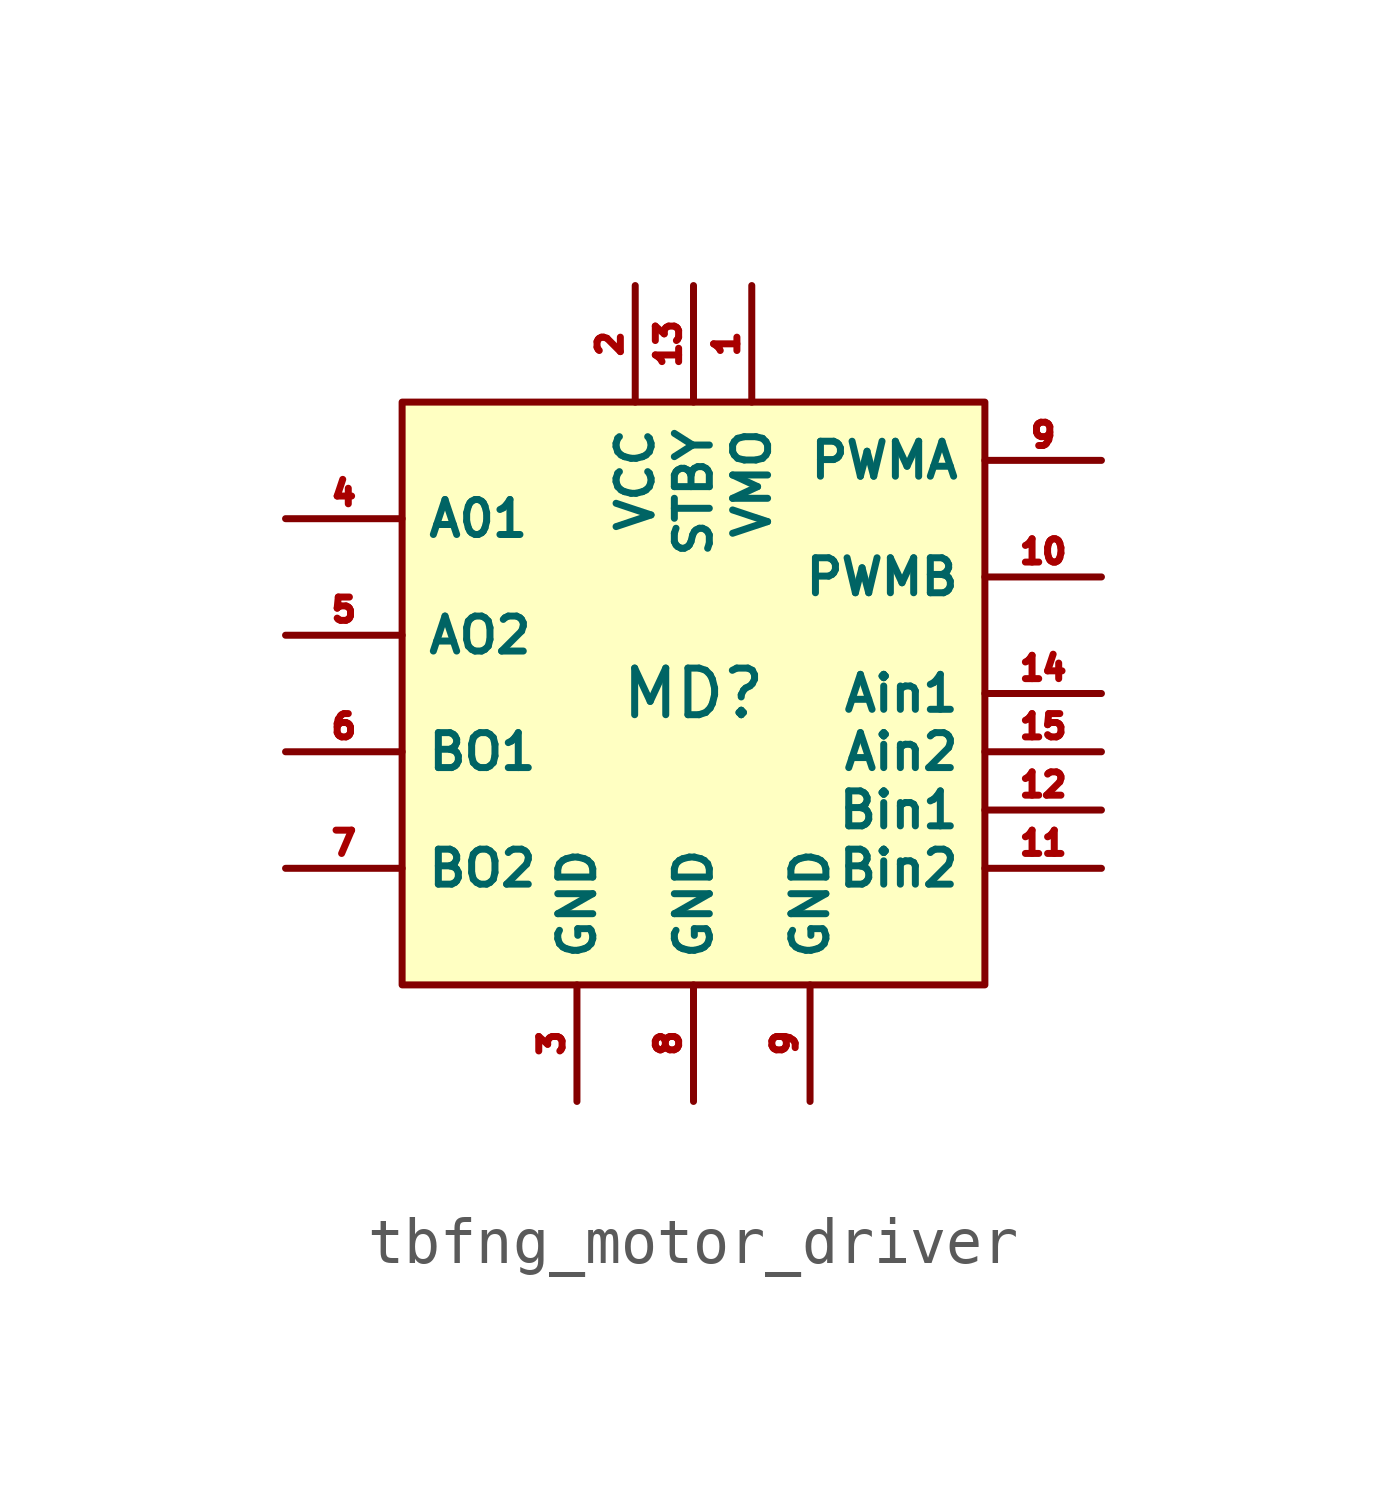
<source format=kicad_sym>
(kicad_symbol_lib
  (version 20231120)
  (generator "kicad_symbol_editor")
  (generator_version "8.0")
  (symbol "tbfng_motor_driver"
    (property "Reference" "MD"
      (at 0 0 0)
      (effects (font (size 1.016 1.016))))
    (property "Value" ""
      (at 0 0 0)
      (effects (font (size 1.27 1.27))))
    (symbol "tbfng_motor_driver_1_1"
      (rectangle (start -6.35 6.35) (end 6.35 -6.35) (stroke (width 0) (type default)) (fill (type background)))
      (pin power_in line (at 1.27 8.89 270) (length 2.54) (name "VMO" (effects (font (size 0.762 0.762)))) (number "1" (effects (font (size 0.508 0.508)))))
      (pin input line (at 8.89 2.54 180) (length 2.54) (name "PWMB" (effects (font (size 0.762 0.762)))) (number "10" (effects (font (size 0.508 0.508)))))
      (pin input line (at 8.89 -3.81 180) (length 2.54) (name "Bin2" (effects (font (size 0.762 0.762)))) (number "11" (effects (font (size 0.508 0.508)))))
      (pin input line (at 8.89 -2.54 180) (length 2.54) (name "Bin1" (effects (font (size 0.762 0.762)))) (number "12" (effects (font (size 0.508 0.508)))))
      (pin power_in line (at 0 8.89 270) (length 2.54) (name "STBY" (effects (font (size 0.762 0.762)))) (number "13" (effects (font (size 0.508 0.508)))))
      (pin input line (at 8.89 0 180) (length 2.54) (name "Ain1" (effects (font (size 0.762 0.762)))) (number "14" (effects (font (size 0.508 0.508)))))
      (pin input line (at 8.89 -1.27 180) (length 2.54) (name "Ain2" (effects (font (size 0.762 0.762)))) (number "15" (effects (font (size 0.508 0.508)))))
      (pin power_in line (at -1.27 8.89 270) (length 2.54) (name "VCC" (effects (font (size 0.762 0.762)))) (number "2" (effects (font (size 0.508 0.508)))))
      (pin power_in line (at -2.54 -8.89 90) (length 2.54) (name "GND" (effects (font (size 0.762 0.762)))) (number "3" (effects (font (size 0.508 0.508)))))
      (pin power_out line (at -8.89 3.81 0) (length 2.54) (name "A01" (effects (font (size 0.762 0.762)))) (number "4" (effects (font (size 0.508 0.508)))))
      (pin power_out line (at -8.89 1.27 0) (length 2.54) (name "AO2" (effects (font (size 0.762 0.762)))) (number "5" (effects (font (size 0.508 0.508)))))
      (pin power_out line (at -8.89 -1.27 0) (length 2.54) (name "BO1" (effects (font (size 0.762 0.762)))) (number "6" (effects (font (size 0.508 0.508)))))
      (pin power_out line (at -8.89 -3.81 0) (length 2.54) (name "BO2" (effects (font (size 0.762 0.762)))) (number "7" (effects (font (size 0.508 0.508)))))
      (pin power_in line (at 0 -8.89 90) (length 2.54) (name "GND" (effects (font (size 0.762 0.762)))) (number "8" (effects (font (size 0.508 0.508)))))
      (pin power_in line (at 2.54 -8.89 90) (length 2.54) (name "GND" (effects (font (size 0.762 0.762)))) (number "9" (effects (font (size 0.508 0.508)))))
      (pin input line (at 8.89 5.08 180) (length 2.54) (name "PWMA" (effects (font (size 0.762 0.762)))) (number "9" (effects (font (size 0.508 0.508))))))))
</source>
